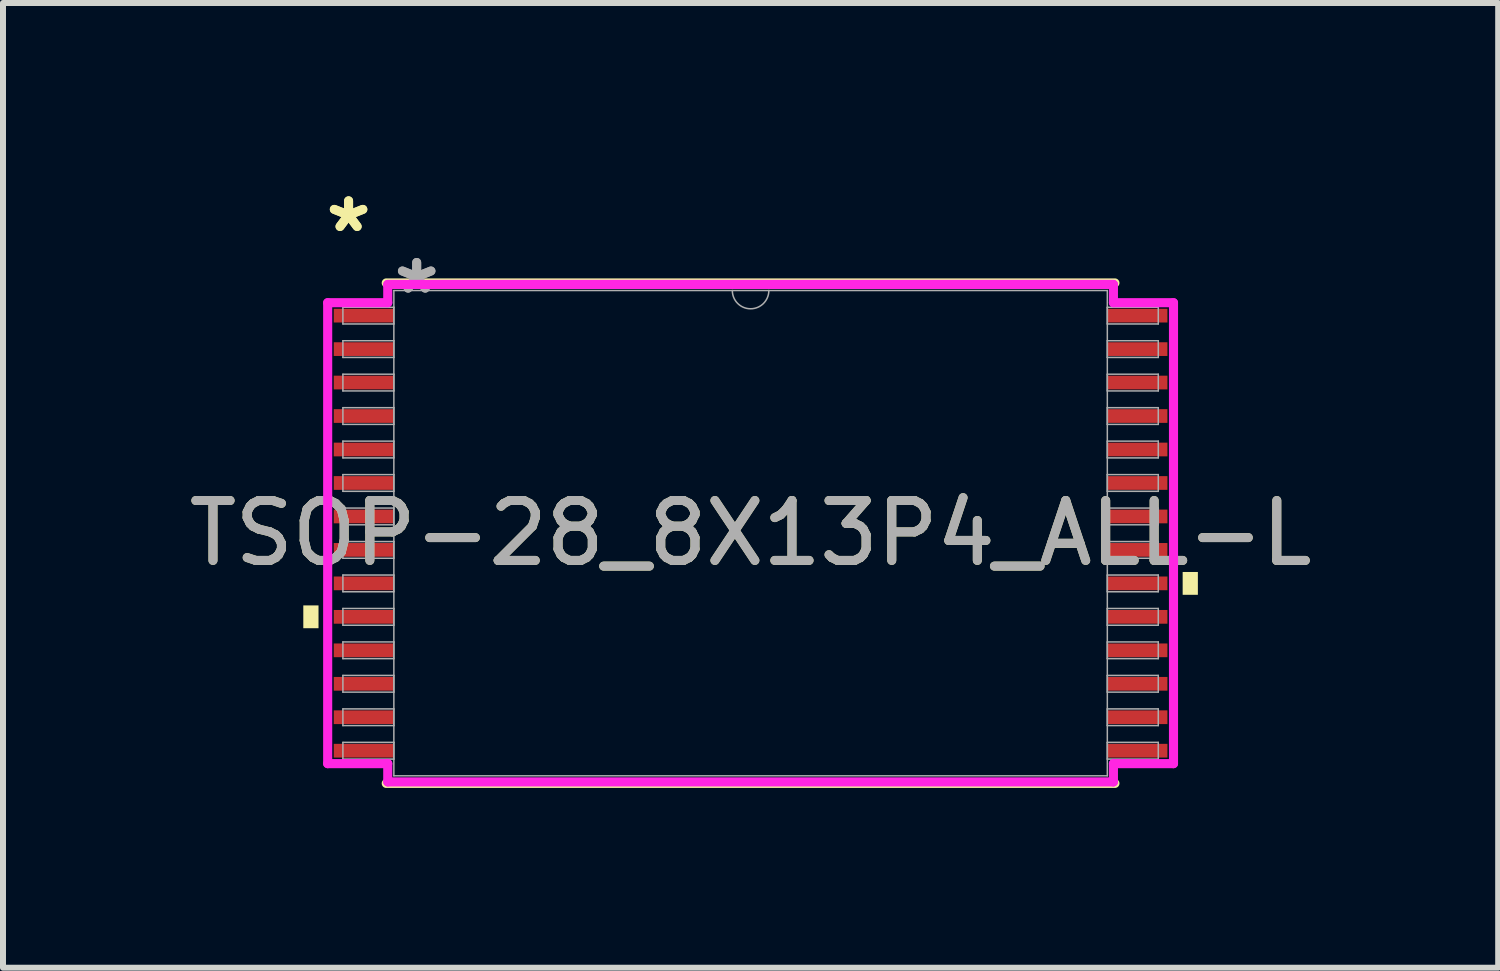
<source format=kicad_pcb>
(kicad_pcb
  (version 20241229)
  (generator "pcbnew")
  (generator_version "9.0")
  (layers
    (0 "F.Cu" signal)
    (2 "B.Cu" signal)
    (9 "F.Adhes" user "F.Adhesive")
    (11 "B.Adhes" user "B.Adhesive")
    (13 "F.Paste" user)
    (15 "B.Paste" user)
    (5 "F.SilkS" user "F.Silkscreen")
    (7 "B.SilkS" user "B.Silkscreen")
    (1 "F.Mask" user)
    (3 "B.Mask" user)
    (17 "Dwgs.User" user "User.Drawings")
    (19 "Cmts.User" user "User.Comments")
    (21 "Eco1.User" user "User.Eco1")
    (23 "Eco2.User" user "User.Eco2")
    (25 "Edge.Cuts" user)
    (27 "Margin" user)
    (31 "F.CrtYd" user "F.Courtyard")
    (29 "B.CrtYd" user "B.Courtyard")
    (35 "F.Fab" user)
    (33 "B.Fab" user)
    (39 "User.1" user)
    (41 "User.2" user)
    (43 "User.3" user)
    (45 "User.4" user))
  (footprint "TSOP-28_8X13P4_ALL-L"
    (layer "F.Cu")
    (at 9.482 5.852)
    (property "Reference" "TSOP-28_8X13P4_ALL-L" (at 0 0 0) (unlocked yes) (layer "F.SilkS") (effects (font (size 1 1) (thickness 0.15))))
    (attr smd)
    (fp_line (start -6.083 4.178) (end 6.083 4.178) (stroke (width 0.152) (type solid)) (layer "F.SilkS"))
    (fp_line (start 6.083 -4.178) (end -6.083 -4.178) (stroke (width 0.152) (type solid)) (layer "F.SilkS"))
    (fp_poly (pts (xy -7.468 1.206) (xy -7.468 1.587) (xy -7.214 1.587) (xy -7.214 1.206)) (stroke (width 0) (type solid)) (fill yes) (layer "F.SilkS"))
    (fp_poly (pts (xy 7.468 0.648) (xy 7.468 1.029) (xy 7.214 1.029) (xy 7.214 0.648)) (stroke (width 0) (type solid)) (fill yes) (layer "F.SilkS"))
    (fp_line (start -7.061 -3.848) (end -6.058 -3.848) (stroke (width 0.152) (type solid)) (layer "F.CrtYd"))
    (fp_line (start -7.061 3.848) (end -7.061 -3.848) (stroke (width 0.152) (type solid)) (layer "F.CrtYd"))
    (fp_line (start -7.061 3.848) (end -6.058 3.848) (stroke (width 0.152) (type solid)) (layer "F.CrtYd"))
    (fp_line (start -6.058 -4.153) (end 6.058 -4.153) (stroke (width 0.152) (type solid)) (layer "F.CrtYd"))
    (fp_line (start -6.058 -3.848) (end -6.058 -4.153) (stroke (width 0.152) (type solid)) (layer "F.CrtYd"))
    (fp_line (start -6.058 4.153) (end -6.058 3.848) (stroke (width 0.152) (type solid)) (layer "F.CrtYd"))
    (fp_line (start 6.058 -4.153) (end 6.058 -3.848) (stroke (width 0.152) (type solid)) (layer "F.CrtYd"))
    (fp_line (start 6.058 3.848) (end 6.058 4.153) (stroke (width 0.152) (type solid)) (layer "F.CrtYd"))
    (fp_line (start 6.058 4.153) (end -6.058 4.153) (stroke (width 0.152) (type solid)) (layer "F.CrtYd"))
    (fp_line (start 7.061 -3.848) (end 6.058 -3.848) (stroke (width 0.152) (type solid)) (layer "F.CrtYd"))
    (fp_line (start 7.061 -3.848) (end 7.061 3.848) (stroke (width 0.152) (type solid)) (layer "F.CrtYd"))
    (fp_line (start 7.061 3.848) (end 6.058 3.848) (stroke (width 0.152) (type solid)) (layer "F.CrtYd"))
    (fp_line (start -6.807 -3.772) (end -6.807 -3.493) (stroke (width 0.025) (type solid)) (layer "F.Fab"))
    (fp_line (start -6.807 -3.493) (end -5.956 -3.493) (stroke (width 0.025) (type solid)) (layer "F.Fab"))
    (fp_line (start -6.807 -3.213) (end -6.807 -2.934) (stroke (width 0.025) (type solid)) (layer "F.Fab"))
    (fp_line (start -6.807 -2.934) (end -5.956 -2.934) (stroke (width 0.025) (type solid)) (layer "F.Fab"))
    (fp_line (start -6.807 -2.654) (end -6.807 -2.375) (stroke (width 0.025) (type solid)) (layer "F.Fab"))
    (fp_line (start -6.807 -2.375) (end -5.956 -2.375) (stroke (width 0.025) (type solid)) (layer "F.Fab"))
    (fp_line (start -6.807 -2.095) (end -6.807 -1.816) (stroke (width 0.025) (type solid)) (layer "F.Fab"))
    (fp_line (start -6.807 -1.816) (end -5.956 -1.816) (stroke (width 0.025) (type solid)) (layer "F.Fab"))
    (fp_line (start -6.807 -1.537) (end -6.807 -1.257) (stroke (width 0.025) (type solid)) (layer "F.Fab"))
    (fp_line (start -6.807 -1.257) (end -5.956 -1.257) (stroke (width 0.025) (type solid)) (layer "F.Fab"))
    (fp_line (start -6.807 -0.978) (end -6.807 -0.699) (stroke (width 0.025) (type solid)) (layer "F.Fab"))
    (fp_line (start -6.807 -0.699) (end -5.956 -0.699) (stroke (width 0.025) (type solid)) (layer "F.Fab"))
    (fp_line (start -6.807 -0.419) (end -6.807 -0.14) (stroke (width 0.025) (type solid)) (layer "F.Fab"))
    (fp_line (start -6.807 -0.14) (end -5.956 -0.14) (stroke (width 0.025) (type solid)) (layer "F.Fab"))
    (fp_line (start -6.807 0.14) (end -6.807 0.419) (stroke (width 0.025) (type solid)) (layer "F.Fab"))
    (fp_line (start -6.807 0.419) (end -5.956 0.419) (stroke (width 0.025) (type solid)) (layer "F.Fab"))
    (fp_line (start -6.807 0.699) (end -6.807 0.978) (stroke (width 0.025) (type solid)) (layer "F.Fab"))
    (fp_line (start -6.807 0.978) (end -5.956 0.978) (stroke (width 0.025) (type solid)) (layer "F.Fab"))
    (fp_line (start -6.807 1.257) (end -6.807 1.537) (stroke (width 0.025) (type solid)) (layer "F.Fab"))
    (fp_line (start -6.807 1.537) (end -5.956 1.537) (stroke (width 0.025) (type solid)) (layer "F.Fab"))
    (fp_line (start -6.807 1.816) (end -6.807 2.095) (stroke (width 0.025) (type solid)) (layer "F.Fab"))
    (fp_line (start -6.807 2.095) (end -5.956 2.095) (stroke (width 0.025) (type solid)) (layer "F.Fab"))
    (fp_line (start -6.807 2.375) (end -6.807 2.654) (stroke (width 0.025) (type solid)) (layer "F.Fab"))
    (fp_line (start -6.807 2.654) (end -5.956 2.654) (stroke (width 0.025) (type solid)) (layer "F.Fab"))
    (fp_line (start -6.807 2.934) (end -6.807 3.213) (stroke (width 0.025) (type solid)) (layer "F.Fab"))
    (fp_line (start -6.807 3.213) (end -5.956 3.213) (stroke (width 0.025) (type solid)) (layer "F.Fab"))
    (fp_line (start -6.807 3.493) (end -6.807 3.772) (stroke (width 0.025) (type solid)) (layer "F.Fab"))
    (fp_line (start -6.807 3.772) (end -5.956 3.772) (stroke (width 0.025) (type solid)) (layer "F.Fab"))
    (fp_line (start -5.956 -4.051) (end -5.956 4.051) (stroke (width 0.025) (type solid)) (layer "F.Fab"))
    (fp_line (start -5.956 -3.772) (end -6.807 -3.772) (stroke (width 0.025) (type solid)) (layer "F.Fab"))
    (fp_line (start -5.956 -3.493) (end -5.956 -3.772) (stroke (width 0.025) (type solid)) (layer "F.Fab"))
    (fp_line (start -5.956 -3.213) (end -6.807 -3.213) (stroke (width 0.025) (type solid)) (layer "F.Fab"))
    (fp_line (start -5.956 -2.934) (end -5.956 -3.213) (stroke (width 0.025) (type solid)) (layer "F.Fab"))
    (fp_line (start -5.956 -2.654) (end -6.807 -2.654) (stroke (width 0.025) (type solid)) (layer "F.Fab"))
    (fp_line (start -5.956 -2.375) (end -5.956 -2.654) (stroke (width 0.025) (type solid)) (layer "F.Fab"))
    (fp_line (start -5.956 -2.095) (end -6.807 -2.095) (stroke (width 0.025) (type solid)) (layer "F.Fab"))
    (fp_line (start -5.956 -1.816) (end -5.956 -2.095) (stroke (width 0.025) (type solid)) (layer "F.Fab"))
    (fp_line (start -5.956 -1.537) (end -6.807 -1.537) (stroke (width 0.025) (type solid)) (layer "F.Fab"))
    (fp_line (start -5.956 -1.257) (end -5.956 -1.537) (stroke (width 0.025) (type solid)) (layer "F.Fab"))
    (fp_line (start -5.956 -0.978) (end -6.807 -0.978) (stroke (width 0.025) (type solid)) (layer "F.Fab"))
    (fp_line (start -5.956 -0.699) (end -5.956 -0.978) (stroke (width 0.025) (type solid)) (layer "F.Fab"))
    (fp_line (start -5.956 -0.419) (end -6.807 -0.419) (stroke (width 0.025) (type solid)) (layer "F.Fab"))
    (fp_line (start -5.956 -0.14) (end -5.956 -0.419) (stroke (width 0.025) (type solid)) (layer "F.Fab"))
    (fp_line (start -5.956 0.14) (end -6.807 0.14) (stroke (width 0.025) (type solid)) (layer "F.Fab"))
    (fp_line (start -5.956 0.419) (end -5.956 0.14) (stroke (width 0.025) (type solid)) (layer "F.Fab"))
    (fp_line (start -5.956 0.699) (end -6.807 0.699) (stroke (width 0.025) (type solid)) (layer "F.Fab"))
    (fp_line (start -5.956 0.978) (end -5.956 0.699) (stroke (width 0.025) (type solid)) (layer "F.Fab"))
    (fp_line (start -5.956 1.257) (end -6.807 1.257) (stroke (width 0.025) (type solid)) (layer "F.Fab"))
    (fp_line (start -5.956 1.537) (end -5.956 1.257) (stroke (width 0.025) (type solid)) (layer "F.Fab"))
    (fp_line (start -5.956 1.816) (end -6.807 1.816) (stroke (width 0.025) (type solid)) (layer "F.Fab"))
    (fp_line (start -5.956 2.095) (end -5.956 1.816) (stroke (width 0.025) (type solid)) (layer "F.Fab"))
    (fp_line (start -5.956 2.375) (end -6.807 2.375) (stroke (width 0.025) (type solid)) (layer "F.Fab"))
    (fp_line (start -5.956 2.654) (end -5.956 2.375) (stroke (width 0.025) (type solid)) (layer "F.Fab"))
    (fp_line (start -5.956 2.934) (end -6.807 2.934) (stroke (width 0.025) (type solid)) (layer "F.Fab"))
    (fp_line (start -5.956 3.213) (end -5.956 2.934) (stroke (width 0.025) (type solid)) (layer "F.Fab"))
    (fp_line (start -5.956 3.493) (end -6.807 3.493) (stroke (width 0.025) (type solid)) (layer "F.Fab"))
    (fp_line (start -5.956 3.772) (end -5.956 3.493) (stroke (width 0.025) (type solid)) (layer "F.Fab"))
    (fp_line (start -5.956 4.051) (end 5.956 4.051) (stroke (width 0.025) (type solid)) (layer "F.Fab"))
    (fp_line (start 5.956 -4.051) (end -5.956 -4.051) (stroke (width 0.025) (type solid)) (layer "F.Fab"))
    (fp_line (start 5.956 -3.772) (end 5.956 -3.493) (stroke (width 0.025) (type solid)) (layer "F.Fab"))
    (fp_line (start 5.956 -3.493) (end 6.807 -3.493) (stroke (width 0.025) (type solid)) (layer "F.Fab"))
    (fp_line (start 5.956 -3.213) (end 5.956 -2.934) (stroke (width 0.025) (type solid)) (layer "F.Fab"))
    (fp_line (start 5.956 -2.934) (end 6.807 -2.934) (stroke (width 0.025) (type solid)) (layer "F.Fab"))
    (fp_line (start 5.956 -2.654) (end 5.956 -2.375) (stroke (width 0.025) (type solid)) (layer "F.Fab"))
    (fp_line (start 5.956 -2.375) (end 6.807 -2.375) (stroke (width 0.025) (type solid)) (layer "F.Fab"))
    (fp_line (start 5.956 -2.095) (end 5.956 -1.816) (stroke (width 0.025) (type solid)) (layer "F.Fab"))
    (fp_line (start 5.956 -1.816) (end 6.807 -1.816) (stroke (width 0.025) (type solid)) (layer "F.Fab"))
    (fp_line (start 5.956 -1.537) (end 5.956 -1.257) (stroke (width 0.025) (type solid)) (layer "F.Fab"))
    (fp_line (start 5.956 -1.257) (end 6.807 -1.257) (stroke (width 0.025) (type solid)) (layer "F.Fab"))
    (fp_line (start 5.956 -0.978) (end 5.956 -0.699) (stroke (width 0.025) (type solid)) (layer "F.Fab"))
    (fp_line (start 5.956 -0.699) (end 6.807 -0.699) (stroke (width 0.025) (type solid)) (layer "F.Fab"))
    (fp_line (start 5.956 -0.419) (end 5.956 -0.14) (stroke (width 0.025) (type solid)) (layer "F.Fab"))
    (fp_line (start 5.956 -0.14) (end 6.807 -0.14) (stroke (width 0.025) (type solid)) (layer "F.Fab"))
    (fp_line (start 5.956 0.14) (end 5.956 0.419) (stroke (width 0.025) (type solid)) (layer "F.Fab"))
    (fp_line (start 5.956 0.419) (end 6.807 0.419) (stroke (width 0.025) (type solid)) (layer "F.Fab"))
    (fp_line (start 5.956 0.699) (end 5.956 0.978) (stroke (width 0.025) (type solid)) (layer "F.Fab"))
    (fp_line (start 5.956 0.978) (end 6.807 0.978) (stroke (width 0.025) (type solid)) (layer "F.Fab"))
    (fp_line (start 5.956 1.257) (end 5.956 1.537) (stroke (width 0.025) (type solid)) (layer "F.Fab"))
    (fp_line (start 5.956 1.537) (end 6.807 1.537) (stroke (width 0.025) (type solid)) (layer "F.Fab"))
    (fp_line (start 5.956 1.816) (end 5.956 2.095) (stroke (width 0.025) (type solid)) (layer "F.Fab"))
    (fp_line (start 5.956 2.095) (end 6.807 2.095) (stroke (width 0.025) (type solid)) (layer "F.Fab"))
    (fp_line (start 5.956 2.375) (end 5.956 2.654) (stroke (width 0.025) (type solid)) (layer "F.Fab"))
    (fp_line (start 5.956 2.654) (end 6.807 2.654) (stroke (width 0.025) (type solid)) (layer "F.Fab"))
    (fp_line (start 5.956 2.934) (end 5.956 3.213) (stroke (width 0.025) (type solid)) (layer "F.Fab"))
    (fp_line (start 5.956 3.213) (end 6.807 3.213) (stroke (width 0.025) (type solid)) (layer "F.Fab"))
    (fp_line (start 5.956 3.493) (end 5.956 3.772) (stroke (width 0.025) (type solid)) (layer "F.Fab"))
    (fp_line (start 5.956 3.772) (end 6.807 3.772) (stroke (width 0.025) (type solid)) (layer "F.Fab"))
    (fp_line (start 5.956 4.051) (end 5.956 -4.051) (stroke (width 0.025) (type solid)) (layer "F.Fab"))
    (fp_line (start 6.807 -3.772) (end 5.956 -3.772) (stroke (width 0.025) (type solid)) (layer "F.Fab"))
    (fp_line (start 6.807 -3.493) (end 6.807 -3.772) (stroke (width 0.025) (type solid)) (layer "F.Fab"))
    (fp_line (start 6.807 -3.213) (end 5.956 -3.213) (stroke (width 0.025) (type solid)) (layer "F.Fab"))
    (fp_line (start 6.807 -2.934) (end 6.807 -3.213) (stroke (width 0.025) (type solid)) (layer "F.Fab"))
    (fp_line (start 6.807 -2.654) (end 5.956 -2.654) (stroke (width 0.025) (type solid)) (layer "F.Fab"))
    (fp_line (start 6.807 -2.375) (end 6.807 -2.654) (stroke (width 0.025) (type solid)) (layer "F.Fab"))
    (fp_line (start 6.807 -2.095) (end 5.956 -2.095) (stroke (width 0.025) (type solid)) (layer "F.Fab"))
    (fp_line (start 6.807 -1.816) (end 6.807 -2.095) (stroke (width 0.025) (type solid)) (layer "F.Fab"))
    (fp_line (start 6.807 -1.537) (end 5.956 -1.537) (stroke (width 0.025) (type solid)) (layer "F.Fab"))
    (fp_line (start 6.807 -1.257) (end 6.807 -1.537) (stroke (width 0.025) (type solid)) (layer "F.Fab"))
    (fp_line (start 6.807 -0.978) (end 5.956 -0.978) (stroke (width 0.025) (type solid)) (layer "F.Fab"))
    (fp_line (start 6.807 -0.699) (end 6.807 -0.978) (stroke (width 0.025) (type solid)) (layer "F.Fab"))
    (fp_line (start 6.807 -0.419) (end 5.956 -0.419) (stroke (width 0.025) (type solid)) (layer "F.Fab"))
    (fp_line (start 6.807 -0.14) (end 6.807 -0.419) (stroke (width 0.025) (type solid)) (layer "F.Fab"))
    (fp_line (start 6.807 0.14) (end 5.956 0.14) (stroke (width 0.025) (type solid)) (layer "F.Fab"))
    (fp_line (start 6.807 0.419) (end 6.807 0.14) (stroke (width 0.025) (type solid)) (layer "F.Fab"))
    (fp_line (start 6.807 0.699) (end 5.956 0.699) (stroke (width 0.025) (type solid)) (layer "F.Fab"))
    (fp_line (start 6.807 0.978) (end 6.807 0.699) (stroke (width 0.025) (type solid)) (layer "F.Fab"))
    (fp_line (start 6.807 1.257) (end 5.956 1.257) (stroke (width 0.025) (type solid)) (layer "F.Fab"))
    (fp_line (start 6.807 1.537) (end 6.807 1.257) (stroke (width 0.025) (type solid)) (layer "F.Fab"))
    (fp_line (start 6.807 1.816) (end 5.956 1.816) (stroke (width 0.025) (type solid)) (layer "F.Fab"))
    (fp_line (start 6.807 2.095) (end 6.807 1.816) (stroke (width 0.025) (type solid)) (layer "F.Fab"))
    (fp_line (start 6.807 2.375) (end 5.956 2.375) (stroke (width 0.025) (type solid)) (layer "F.Fab"))
    (fp_line (start 6.807 2.654) (end 6.807 2.375) (stroke (width 0.025) (type solid)) (layer "F.Fab"))
    (fp_line (start 6.807 2.934) (end 5.956 2.934) (stroke (width 0.025) (type solid)) (layer "F.Fab"))
    (fp_line (start 6.807 3.213) (end 6.807 2.934) (stroke (width 0.025) (type solid)) (layer "F.Fab"))
    (fp_line (start 6.807 3.493) (end 5.956 3.493) (stroke (width 0.025) (type solid)) (layer "F.Fab"))
    (fp_line (start 6.807 3.772) (end 6.807 3.493) (stroke (width 0.025) (type solid)) (layer "F.Fab"))
    (fp_arc (start 0.3048 -4.0513) (mid 0 -3.7465) (end -0.3048 -4.0513) (stroke (width 0.0254) (type solid)) (layer "F.Fab"))
    (fp_text user "*" (at -6.712 -5.004 0) (unlocked yes) (layer "F.SilkS") (effects (font (size 1 1) (thickness 0.15))))
    (fp_text user "*" (at -6.712 -5.004 0) (layer "F.SilkS") (effects (font (size 1 1) (thickness 0.15))))
    (fp_text user "*" (at -5.575 -3.975 0) (unlocked yes) (layer "F.Fab") (effects (font (size 1 1) (thickness 0.15))))
    (fp_text user "*" (at -5.575 -3.975 0) (layer "F.Fab") (effects (font (size 1 1) (thickness 0.15))))
    (fp_text user "${REFERENCE}" (at 0 0 0) (unlocked yes) (layer "F.Fab") (effects (font (size 1 1) (thickness 0.15))))
    (pad "1" smd rect (at -6.458 -3.632) (size 1.003 0.229) (layers "F.Cu" "F.Mask" "F.Paste"))
    (pad "2" smd rect (at -6.458 -3.073) (size 1.003 0.229) (layers "F.Cu" "F.Mask" "F.Paste"))
    (pad "3" smd rect (at -6.458 -2.515) (size 1.003 0.229) (layers "F.Cu" "F.Mask" "F.Paste"))
    (pad "4" smd rect (at -6.458 -1.956) (size 1.003 0.229) (layers "F.Cu" "F.Mask" "F.Paste"))
    (pad "5" smd rect (at -6.458 -1.397) (size 1.003 0.229) (layers "F.Cu" "F.Mask" "F.Paste"))
    (pad "6" smd rect (at -6.458 -0.838) (size 1.003 0.229) (layers "F.Cu" "F.Mask" "F.Paste"))
    (pad "7" smd rect (at -6.458 -0.279) (size 1.003 0.229) (layers "F.Cu" "F.Mask" "F.Paste"))
    (pad "8" smd rect (at -6.458 0.279) (size 1.003 0.229) (layers "F.Cu" "F.Mask" "F.Paste"))
    (pad "9" smd rect (at -6.458 0.838) (size 1.003 0.229) (layers "F.Cu" "F.Mask" "F.Paste"))
    (pad "10" smd rect (at -6.458 1.397) (size 1.003 0.229) (layers "F.Cu" "F.Mask" "F.Paste"))
    (pad "11" smd rect (at -6.458 1.956) (size 1.003 0.229) (layers "F.Cu" "F.Mask" "F.Paste"))
    (pad "12" smd rect (at -6.458 2.515) (size 1.003 0.229) (layers "F.Cu" "F.Mask" "F.Paste"))
    (pad "13" smd rect (at -6.458 3.073) (size 1.003 0.229) (layers "F.Cu" "F.Mask" "F.Paste"))
    (pad "14" smd rect (at -6.458 3.632) (size 1.003 0.229) (layers "F.Cu" "F.Mask" "F.Paste"))
    (pad "15" smd rect (at 6.458 3.632) (size 1.003 0.229) (layers "F.Cu" "F.Mask" "F.Paste"))
    (pad "16" smd rect (at 6.458 3.073) (size 1.003 0.229) (layers "F.Cu" "F.Mask" "F.Paste"))
    (pad "17" smd rect (at 6.458 2.515) (size 1.003 0.229) (layers "F.Cu" "F.Mask" "F.Paste"))
    (pad "18" smd rect (at 6.458 1.956) (size 1.003 0.229) (layers "F.Cu" "F.Mask" "F.Paste"))
    (pad "19" smd rect (at 6.458 1.397) (size 1.003 0.229) (layers "F.Cu" "F.Mask" "F.Paste"))
    (pad "20" smd rect (at 6.458 0.838) (size 1.003 0.229) (layers "F.Cu" "F.Mask" "F.Paste"))
    (pad "21" smd rect (at 6.458 0.279) (size 1.003 0.229) (layers "F.Cu" "F.Mask" "F.Paste"))
    (pad "22" smd rect (at 6.458 -0.279) (size 1.003 0.229) (layers "F.Cu" "F.Mask" "F.Paste"))
    (pad "23" smd rect (at 6.458 -0.838) (size 1.003 0.229) (layers "F.Cu" "F.Mask" "F.Paste"))
    (pad "24" smd rect (at 6.458 -1.397) (size 1.003 0.229) (layers "F.Cu" "F.Mask" "F.Paste"))
    (pad "25" smd rect (at 6.458 -1.956) (size 1.003 0.229) (layers "F.Cu" "F.Mask" "F.Paste"))
    (pad "26" smd rect (at 6.458 -2.515) (size 1.003 0.229) (layers "F.Cu" "F.Mask" "F.Paste"))
    (pad "27" smd rect (at 6.458 -3.073) (size 1.003 0.229) (layers "F.Cu" "F.Mask" "F.Paste"))
    (pad "28" smd rect (at 6.458 -3.632) (size 1.003 0.229) (layers "F.Cu" "F.Mask" "F.Paste")))
  (gr_rect
    (start -3 -3)
    (end 21.964 13.107)
    (stroke (width 0.1) (type default))
    (fill no)
    (layer "Edge.Cuts")))
</source>
